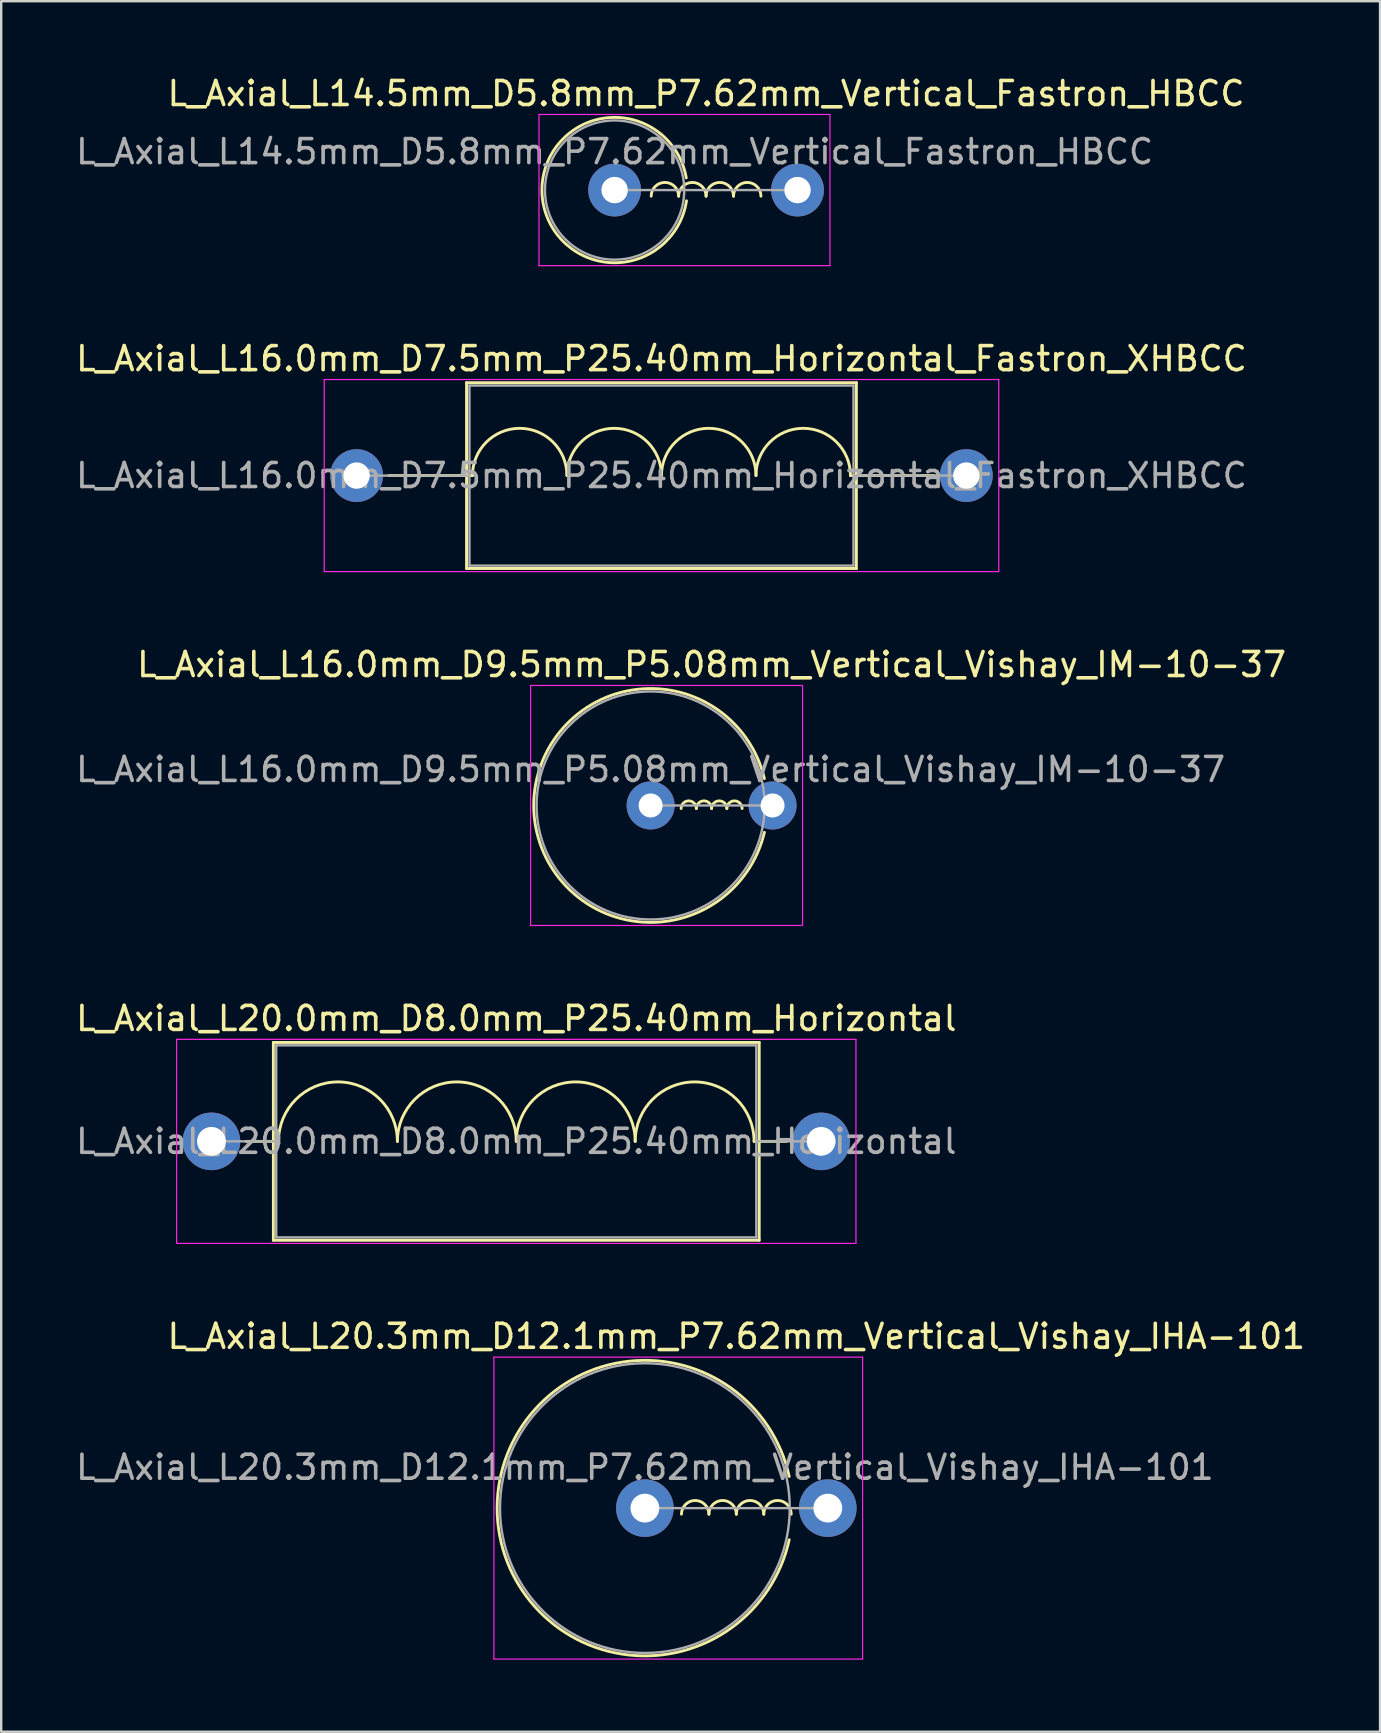
<source format=kicad_pcb>
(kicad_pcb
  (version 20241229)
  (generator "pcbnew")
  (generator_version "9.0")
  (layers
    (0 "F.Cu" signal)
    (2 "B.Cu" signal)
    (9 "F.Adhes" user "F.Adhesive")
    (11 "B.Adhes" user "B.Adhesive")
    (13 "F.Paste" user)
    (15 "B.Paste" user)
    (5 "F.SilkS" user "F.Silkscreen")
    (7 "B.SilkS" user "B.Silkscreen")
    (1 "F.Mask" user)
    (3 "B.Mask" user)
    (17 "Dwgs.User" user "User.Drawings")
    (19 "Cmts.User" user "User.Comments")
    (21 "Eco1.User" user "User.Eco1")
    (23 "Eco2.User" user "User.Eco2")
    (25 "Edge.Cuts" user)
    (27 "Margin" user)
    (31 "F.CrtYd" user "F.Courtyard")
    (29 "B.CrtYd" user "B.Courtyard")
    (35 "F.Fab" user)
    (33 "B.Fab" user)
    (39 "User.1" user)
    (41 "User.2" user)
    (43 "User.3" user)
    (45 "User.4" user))
  (footprint "L_Axial_L16.0mm_D7.5mm_P25.40mm_Horizontal_Fastron_XHBCC"
    (layer "F.Cu")
    (at 11.806 16.762)
    (property "Reference" "L_Axial_L16.0mm_D7.5mm_P25.40mm_Horizontal_Fastron_XHBCC" (at 12.7 -4.87 0) (layer "F.SilkS") (effects (font (size 1 1) (thickness 0.15))))
    (attr through_hole)
    (fp_line (start 1.34 0) (end 4.58 0) (stroke (width 0.12) (type solid)) (layer "F.SilkS"))
    (fp_line (start 4.58 -3.87) (end 4.58 3.87) (stroke (width 0.12) (type solid)) (layer "F.SilkS"))
    (fp_line (start 4.58 3.87) (end 20.82 3.87) (stroke (width 0.12) (type solid)) (layer "F.SilkS"))
    (fp_line (start 4.826 0) (end 4.58 0) (stroke (width 0.12) (type solid)) (layer "F.SilkS"))
    (fp_line (start 20.574 0) (end 20.828 0) (stroke (width 0.12) (type solid)) (layer "F.SilkS"))
    (fp_line (start 20.82 -3.87) (end 4.58 -3.87) (stroke (width 0.12) (type solid)) (layer "F.SilkS"))
    (fp_line (start 20.82 3.87) (end 20.82 -3.87) (stroke (width 0.12) (type solid)) (layer "F.SilkS"))
    (fp_line (start 24.06 0) (end 20.82 0) (stroke (width 0.12) (type solid)) (layer "F.SilkS"))
    (fp_arc (start 4.826 0) (mid 6.7945 -1.9685) (end 8.763 0) (stroke (width 0.12) (type solid)) (layer "F.SilkS"))
    (fp_arc (start 8.763 0) (mid 10.7315 -1.9685) (end 12.7 0) (stroke (width 0.12) (type solid)) (layer "F.SilkS"))
    (fp_arc (start 12.7 0) (mid 14.6685 -1.9685) (end 16.637 0) (stroke (width 0.12) (type solid)) (layer "F.SilkS"))
    (fp_arc (start 16.637 0) (mid 18.6055 -1.9685) (end 20.574 0) (stroke (width 0.12) (type solid)) (layer "F.SilkS"))
    (fp_line (start -1.35 -4) (end -1.35 4) (stroke (width 0.05) (type solid)) (layer "F.CrtYd"))
    (fp_line (start -1.35 4) (end 26.75 4) (stroke (width 0.05) (type solid)) (layer "F.CrtYd"))
    (fp_line (start 26.75 -4) (end -1.35 -4) (stroke (width 0.05) (type solid)) (layer "F.CrtYd"))
    (fp_line (start 26.75 4) (end 26.75 -4) (stroke (width 0.05) (type solid)) (layer "F.CrtYd"))
    (fp_line (start 0 0) (end 4.7 0) (stroke (width 0.1) (type solid)) (layer "F.Fab"))
    (fp_line (start 4.7 -3.75) (end 4.7 3.75) (stroke (width 0.1) (type solid)) (layer "F.Fab"))
    (fp_line (start 4.7 3.75) (end 20.7 3.75) (stroke (width 0.1) (type solid)) (layer "F.Fab"))
    (fp_line (start 20.7 -3.75) (end 4.7 -3.75) (stroke (width 0.1) (type solid)) (layer "F.Fab"))
    (fp_line (start 20.7 3.75) (end 20.7 -3.75) (stroke (width 0.1) (type solid)) (layer "F.Fab"))
    (fp_line (start 25.4 0) (end 20.7 0) (stroke (width 0.1) (type solid)) (layer "F.Fab"))
    (fp_text user "${REFERENCE}" (at 12.7 0 0) (layer "F.Fab") (effects (font (size 1 1) (thickness 0.15))))
    (pad "1" thru_hole circle (at 0 0) (size 2.2 2.2) (drill 1.1) (layers "*.Cu" "*.Mask"))
    (pad "2" thru_hole oval (at 25.4 0) (size 2.2 2.2) (drill 1.1) (layers "*.Cu" "*.Mask")))
  (footprint "L_Axial_L20.3mm_D12.1mm_P7.62mm_Vertical_Vishay_IHA-101"
    (layer "F.Cu")
    (at 23.815 59.776)
    (property "Reference" "L_Axial_L20.3mm_D12.1mm_P7.62mm_Vertical_Vishay_IHA-101" (at 3.81 -7.155 0) (layer "F.SilkS") (effects (font (size 1 1) (thickness 0.15))))
    (attr through_hole)
    (fp_arc (start 1.524 0.254) (mid 2.0955 -0.3175) (end 2.667 0.254) (stroke (width 0.12) (type solid)) (layer "F.SilkS"))
    (fp_arc (start 2.667 0.254) (mid 3.2385 -0.3175) (end 3.81 0.254) (stroke (width 0.12) (type solid)) (layer "F.SilkS"))
    (fp_arc (start 3.81 0.254) (mid 4.3815 -0.3175) (end 4.953 0.254) (stroke (width 0.12) (type solid)) (layer "F.SilkS"))
    (fp_arc (start 4.953 0.254) (mid 5.5245 -0.3175) (end 6.096 0.254) (stroke (width 0.12) (type solid)) (layer "F.SilkS"))
    (fp_arc (start 6.01179 1.32) (mid -6.155 0) (end 6.01179 -1.32) (stroke (width 0.12) (type solid)) (layer "F.SilkS"))
    (fp_line (start -6.29 -6.29) (end -6.29 6.29) (stroke (width 0.05) (type solid)) (layer "F.CrtYd"))
    (fp_line (start -6.29 6.29) (end 9.07 6.29) (stroke (width 0.05) (type solid)) (layer "F.CrtYd"))
    (fp_line (start 9.07 -6.29) (end -6.29 -6.29) (stroke (width 0.05) (type solid)) (layer "F.CrtYd"))
    (fp_line (start 9.07 6.29) (end 9.07 -6.29) (stroke (width 0.05) (type solid)) (layer "F.CrtYd"))
    (fp_line (start 0 0) (end 7.62 0) (stroke (width 0.1) (type solid)) (layer "F.Fab"))
    (fp_circle (center 0 0) (end 6.035 0) (stroke (width 0.1) (type solid)) (fill no) (layer "F.Fab"))
    (fp_text user "${REFERENCE}" (at 0 -1.7 0) (layer "F.Fab") (effects (font (size 1 1) (thickness 0.15))))
    (pad "1" thru_hole circle (at 0 0) (size 2.4 2.4) (drill 1.2) (layers "*.Cu" "*.Mask"))
    (pad "2" thru_hole oval (at 7.62 0) (size 2.4 2.4) (drill 1.2) (layers "*.Cu" "*.Mask")))
  (footprint "L_Axial_L16.0mm_D9.5mm_P5.08mm_Vertical_Vishay_IM-10-37"
    (layer "F.Cu")
    (at 24.054 30.505)
    (property "Reference" "L_Axial_L16.0mm_D9.5mm_P5.08mm_Vertical_Vishay_IM-10-37" (at 2.54 -5.87 0) (layer "F.SilkS") (effects (font (size 1 1) (thickness 0.15))))
    (attr through_hole)
    (fp_arc (start 1.27 0.127) (mid 1.5875 -0.1905) (end 1.905 0.127) (stroke (width 0.12) (type solid)) (layer "F.SilkS"))
    (fp_arc (start 1.905 0.127) (mid 2.2225 -0.1905) (end 2.54 0.127) (stroke (width 0.12) (type solid)) (layer "F.SilkS"))
    (fp_arc (start 2.54 0.127) (mid 2.8575 -0.1905) (end 3.175 0.127) (stroke (width 0.12) (type solid)) (layer "F.SilkS"))
    (fp_arc (start 3.175 0.127) (mid 3.4925 -0.1905) (end 3.81 0.127) (stroke (width 0.12) (type solid)) (layer "F.SilkS"))
    (fp_arc (start 4.739462 1.12) (mid -4.87 0) (end 4.739462 -1.12) (stroke (width 0.12) (type solid)) (layer "F.SilkS"))
    (fp_line (start -5 -5) (end -5 5) (stroke (width 0.05) (type solid)) (layer "F.CrtYd"))
    (fp_line (start -5 5) (end 6.33 5) (stroke (width 0.05) (type solid)) (layer "F.CrtYd"))
    (fp_line (start 6.33 -5) (end -5 -5) (stroke (width 0.05) (type solid)) (layer "F.CrtYd"))
    (fp_line (start 6.33 5) (end 6.33 -5) (stroke (width 0.05) (type solid)) (layer "F.CrtYd"))
    (fp_line (start 0 0) (end 5.08 0) (stroke (width 0.1) (type solid)) (layer "F.Fab"))
    (fp_circle (center 0 0) (end 4.75 0) (stroke (width 0.1) (type solid)) (fill no) (layer "F.Fab"))
    (fp_text user "${REFERENCE}" (at 0 -1.5 0) (layer "F.Fab") (effects (font (size 1 1) (thickness 0.15))))
    (pad "1" thru_hole circle (at 0 0) (size 2 2) (drill 1) (layers "*.Cu" "*.Mask"))
    (pad "2" thru_hole oval (at 5.08 0) (size 2 2) (drill 1) (layers "*.Cu" "*.Mask")))
  (footprint "L_Axial_L14.5mm_D5.8mm_P7.62mm_Vertical_Fastron_HBCC"
    (layer "F.Cu")
    (at 22.554 4.868)
    (property "Reference" "L_Axial_L14.5mm_D5.8mm_P7.62mm_Vertical_Fastron_HBCC" (at 3.81 -4.02 0) (layer "F.SilkS") (effects (font (size 1 1) (thickness 0.15))))
    (attr through_hole)
    (fp_arc (start 1.524 0.254) (mid 2.0955 -0.3175) (end 2.667 0.254) (stroke (width 0.12) (type solid)) (layer "F.SilkS"))
    (fp_arc (start 2.667 0.254) (mid 3.2385 -0.3175) (end 3.81 0.254) (stroke (width 0.12) (type solid)) (layer "F.SilkS"))
    (fp_arc (start 2.994397 0.445974) (mid -3.027263 0.031405) (end 2.9845 -0.508) (stroke (width 0.12) (type solid)) (layer "F.SilkS"))
    (fp_arc (start 3.81 0.254) (mid 4.3815 -0.3175) (end 4.953 0.254) (stroke (width 0.12) (type solid)) (layer "F.SilkS"))
    (fp_arc (start 4.953 0.254) (mid 5.5245 -0.3175) (end 6.096 0.254) (stroke (width 0.12) (type solid)) (layer "F.SilkS"))
    (fp_line (start -3.15 -3.15) (end -3.15 3.15) (stroke (width 0.05) (type solid)) (layer "F.CrtYd"))
    (fp_line (start -3.15 3.15) (end 8.97 3.15) (stroke (width 0.05) (type solid)) (layer "F.CrtYd"))
    (fp_line (start 8.97 -3.15) (end -3.15 -3.15) (stroke (width 0.05) (type solid)) (layer "F.CrtYd"))
    (fp_line (start 8.97 3.15) (end 8.97 -3.15) (stroke (width 0.05) (type solid)) (layer "F.CrtYd"))
    (fp_line (start 0 0) (end 7.62 0) (stroke (width 0.1) (type solid)) (layer "F.Fab"))
    (fp_circle (center 0 0) (end 2.9 0) (stroke (width 0.1) (type solid)) (fill no) (layer "F.Fab"))
    (fp_text user "${REFERENCE}" (at 0 -1.6 0) (layer "F.Fab") (effects (font (size 1 1) (thickness 0.15))))
    (pad "1" thru_hole circle (at 0 0) (size 2.2 2.2) (drill 1.1) (layers "*.Cu" "*.Mask"))
    (pad "2" thru_hole oval (at 7.62 0) (size 2.2 2.2) (drill 1.1) (layers "*.Cu" "*.Mask")))
  (footprint "L_Axial_L20.0mm_D8.0mm_P25.40mm_Horizontal"
    (layer "F.Cu")
    (at 5.758 44.498)
    (property "Reference" "L_Axial_L20.0mm_D8.0mm_P25.40mm_Horizontal" (at 12.7 -5.12 0) (layer "F.SilkS") (effects (font (size 1 1) (thickness 0.15))))
    (attr through_hole)
    (fp_line (start 1.44 0) (end 2.58 0) (stroke (width 0.12) (type solid)) (layer "F.SilkS"))
    (fp_line (start 2.58 -4.12) (end 2.58 4.12) (stroke (width 0.12) (type solid)) (layer "F.SilkS"))
    (fp_line (start 2.58 4.12) (end 22.82 4.12) (stroke (width 0.12) (type solid)) (layer "F.SilkS"))
    (fp_line (start 2.794 0) (end 2.54 0) (stroke (width 0.12) (type solid)) (layer "F.SilkS"))
    (fp_line (start 22.606 0) (end 22.82 0) (stroke (width 0.12) (type solid)) (layer "F.SilkS"))
    (fp_line (start 22.82 -4.12) (end 2.58 -4.12) (stroke (width 0.12) (type solid)) (layer "F.SilkS"))
    (fp_line (start 22.82 4.12) (end 22.82 -4.12) (stroke (width 0.12) (type solid)) (layer "F.SilkS"))
    (fp_line (start 23.96 0) (end 22.82 0) (stroke (width 0.12) (type solid)) (layer "F.SilkS"))
    (fp_arc (start 2.794 0) (mid 5.2705 -2.4765) (end 7.747 0) (stroke (width 0.12) (type solid)) (layer "F.SilkS"))
    (fp_arc (start 7.747 0) (mid 10.2235 -2.4765) (end 12.7 0) (stroke (width 0.12) (type solid)) (layer "F.SilkS"))
    (fp_arc (start 12.7 0) (mid 15.1765 -2.4765) (end 17.653 0) (stroke (width 0.12) (type solid)) (layer "F.SilkS"))
    (fp_arc (start 17.653 0) (mid 20.1295 -2.4765) (end 22.606 0) (stroke (width 0.12) (type solid)) (layer "F.SilkS"))
    (fp_line (start -1.45 -4.25) (end -1.45 4.25) (stroke (width 0.05) (type solid)) (layer "F.CrtYd"))
    (fp_line (start -1.45 4.25) (end 26.85 4.25) (stroke (width 0.05) (type solid)) (layer "F.CrtYd"))
    (fp_line (start 26.85 -4.25) (end -1.45 -4.25) (stroke (width 0.05) (type solid)) (layer "F.CrtYd"))
    (fp_line (start 26.85 4.25) (end 26.85 -4.25) (stroke (width 0.05) (type solid)) (layer "F.CrtYd"))
    (fp_line (start 0 0) (end 2.7 0) (stroke (width 0.1) (type solid)) (layer "F.Fab"))
    (fp_line (start 2.7 -4) (end 2.7 4) (stroke (width 0.1) (type solid)) (layer "F.Fab"))
    (fp_line (start 2.7 4) (end 22.7 4) (stroke (width 0.1) (type solid)) (layer "F.Fab"))
    (fp_line (start 22.7 -4) (end 2.7 -4) (stroke (width 0.1) (type solid)) (layer "F.Fab"))
    (fp_line (start 22.7 4) (end 22.7 -4) (stroke (width 0.1) (type solid)) (layer "F.Fab"))
    (fp_line (start 25.4 0) (end 22.7 0) (stroke (width 0.1) (type solid)) (layer "F.Fab"))
    (fp_text user "${REFERENCE}" (at 12.7 0 0) (layer "F.Fab") (effects (font (size 1 1) (thickness 0.15))))
    (pad "1" thru_hole circle (at 0 0) (size 2.4 2.4) (drill 1.2) (layers "*.Cu" "*.Mask"))
    (pad "2" thru_hole oval (at 25.4 0) (size 2.4 2.4) (drill 1.2) (layers "*.Cu" "*.Mask")))
  (gr_rect
    (start -3 -3)
    (end 54.441 69.091)
    (stroke (width 0.1) (type default))
    (fill no)
    (layer "Edge.Cuts")))
</source>
